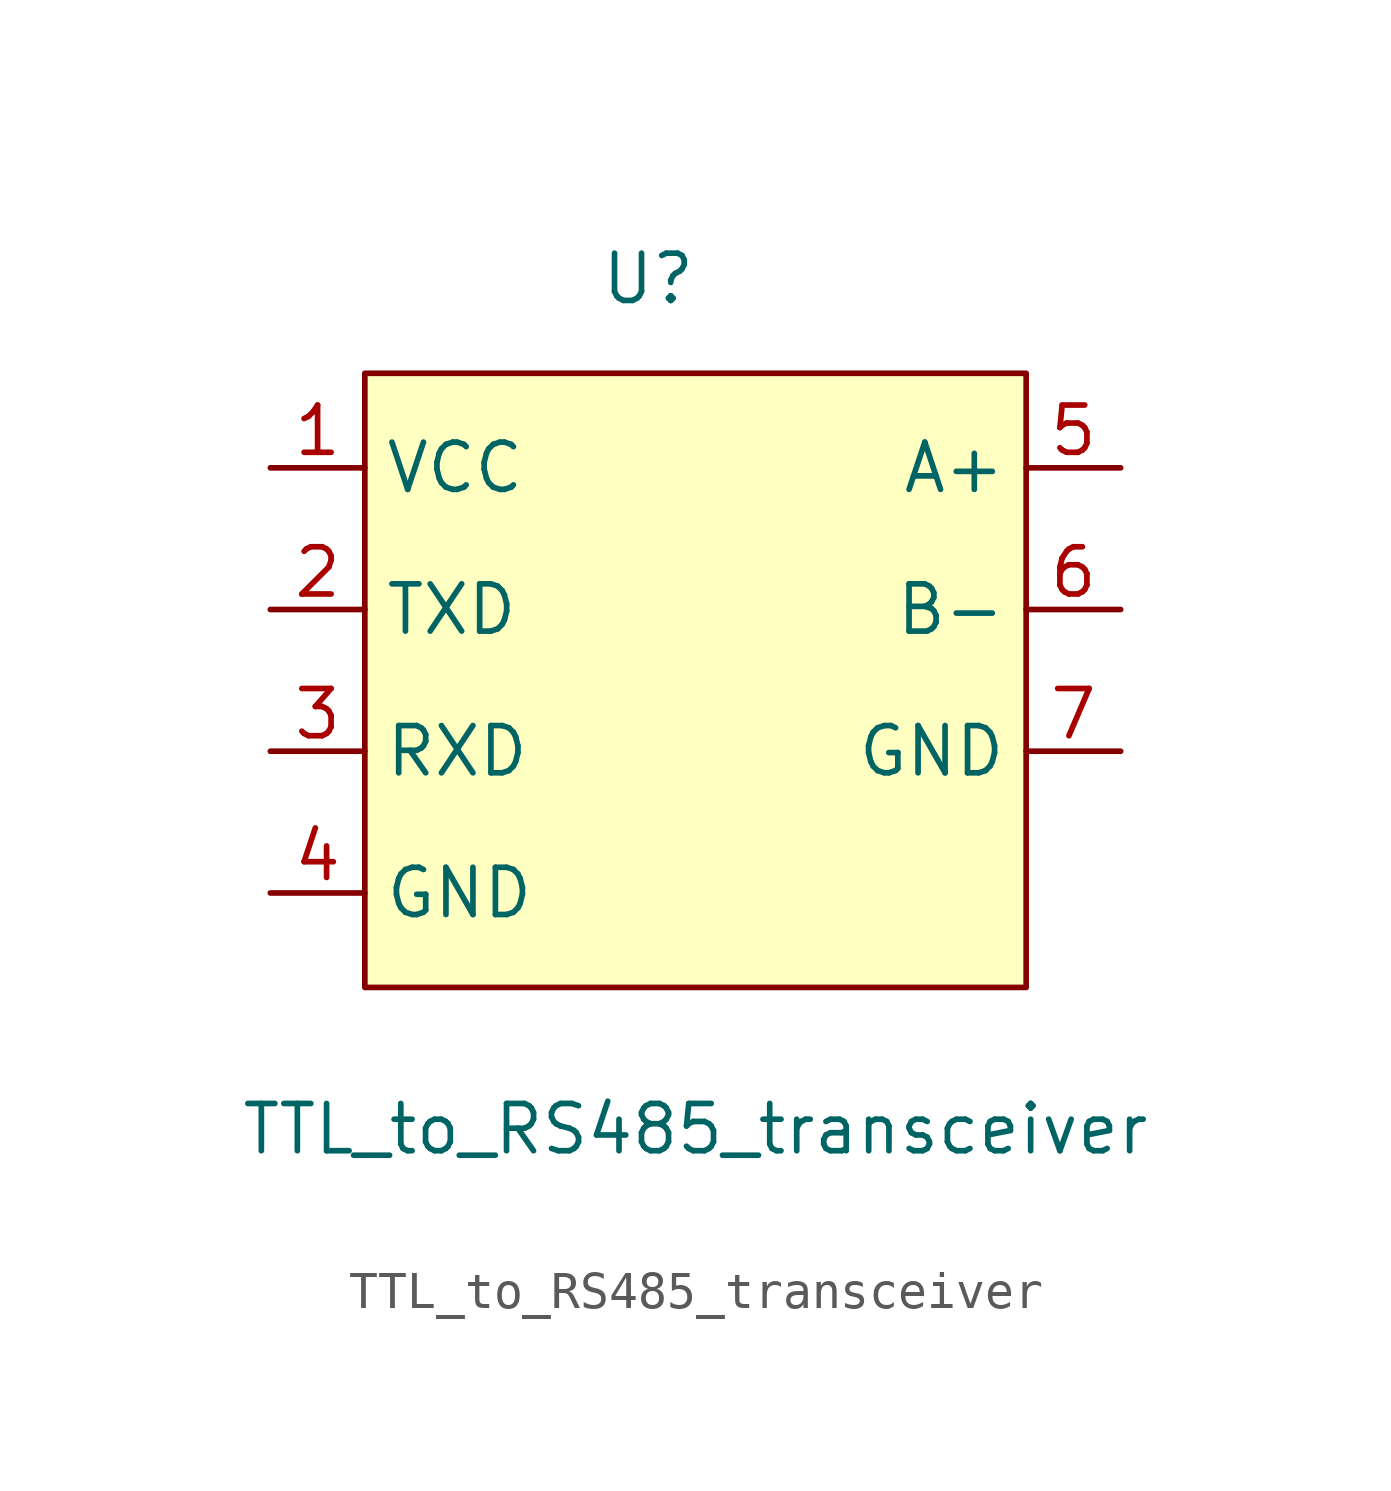
<source format=kicad_sym>
(kicad_symbol_lib
  (version 20211014)
  (generator kicad_symbol_editor)
  (symbol "TTL_to_RS485_transceiver"
    (property "Reference" "U"
      (at 7.62 11.43 0)
      (effects (font (size 1.27 1.27))))
    (property "Value" "TTL_to_RS485_transceiver"
      (at 8.89 -11.43 0)
      (effects (font (size 1.27 1.27))))
    (symbol "TTL_to_RS485_transceiver_0_1"
      (rectangle (start 0 8.89) (end 17.78 -7.62) (stroke (width 0) (type default) (color 0 0 0 0)) (fill (type background))))
    (symbol "TTL_to_RS485_transceiver_1_1"
      (pin power_in line (at -2.54 6.35 0) (length 2.54) (name "VCC" (effects (font (size 1.27 1.27)))) (number "1" (effects (font (size 1.27 1.27)))))
      (pin input line (at -2.54 2.54 0) (length 2.54) (name "TXD" (effects (font (size 1.27 1.27)))) (number "2" (effects (font (size 1.27 1.27)))))
      (pin input line (at -2.54 -1.27 0) (length 2.54) (name "RXD" (effects (font (size 1.27 1.27)))) (number "3" (effects (font (size 1.27 1.27)))))
      (pin power_in line (at -2.54 -5.08 0) (length 2.54) (name "GND" (effects (font (size 1.27 1.27)))) (number "4" (effects (font (size 1.27 1.27)))))
      (pin output line (at 20.32 6.35 180) (length 2.54) (name "A+" (effects (font (size 1.27 1.27)))) (number "5" (effects (font (size 1.27 1.27)))))
      (pin output line (at 20.32 2.54 180) (length 2.54) (name "B-" (effects (font (size 1.27 1.27)))) (number "6" (effects (font (size 1.27 1.27)))))
      (pin power_in line (at 20.32 -1.27 180) (length 2.54) (name "GND" (effects (font (size 1.27 1.27)))) (number "7" (effects (font (size 1.27 1.27))))))))
</source>
